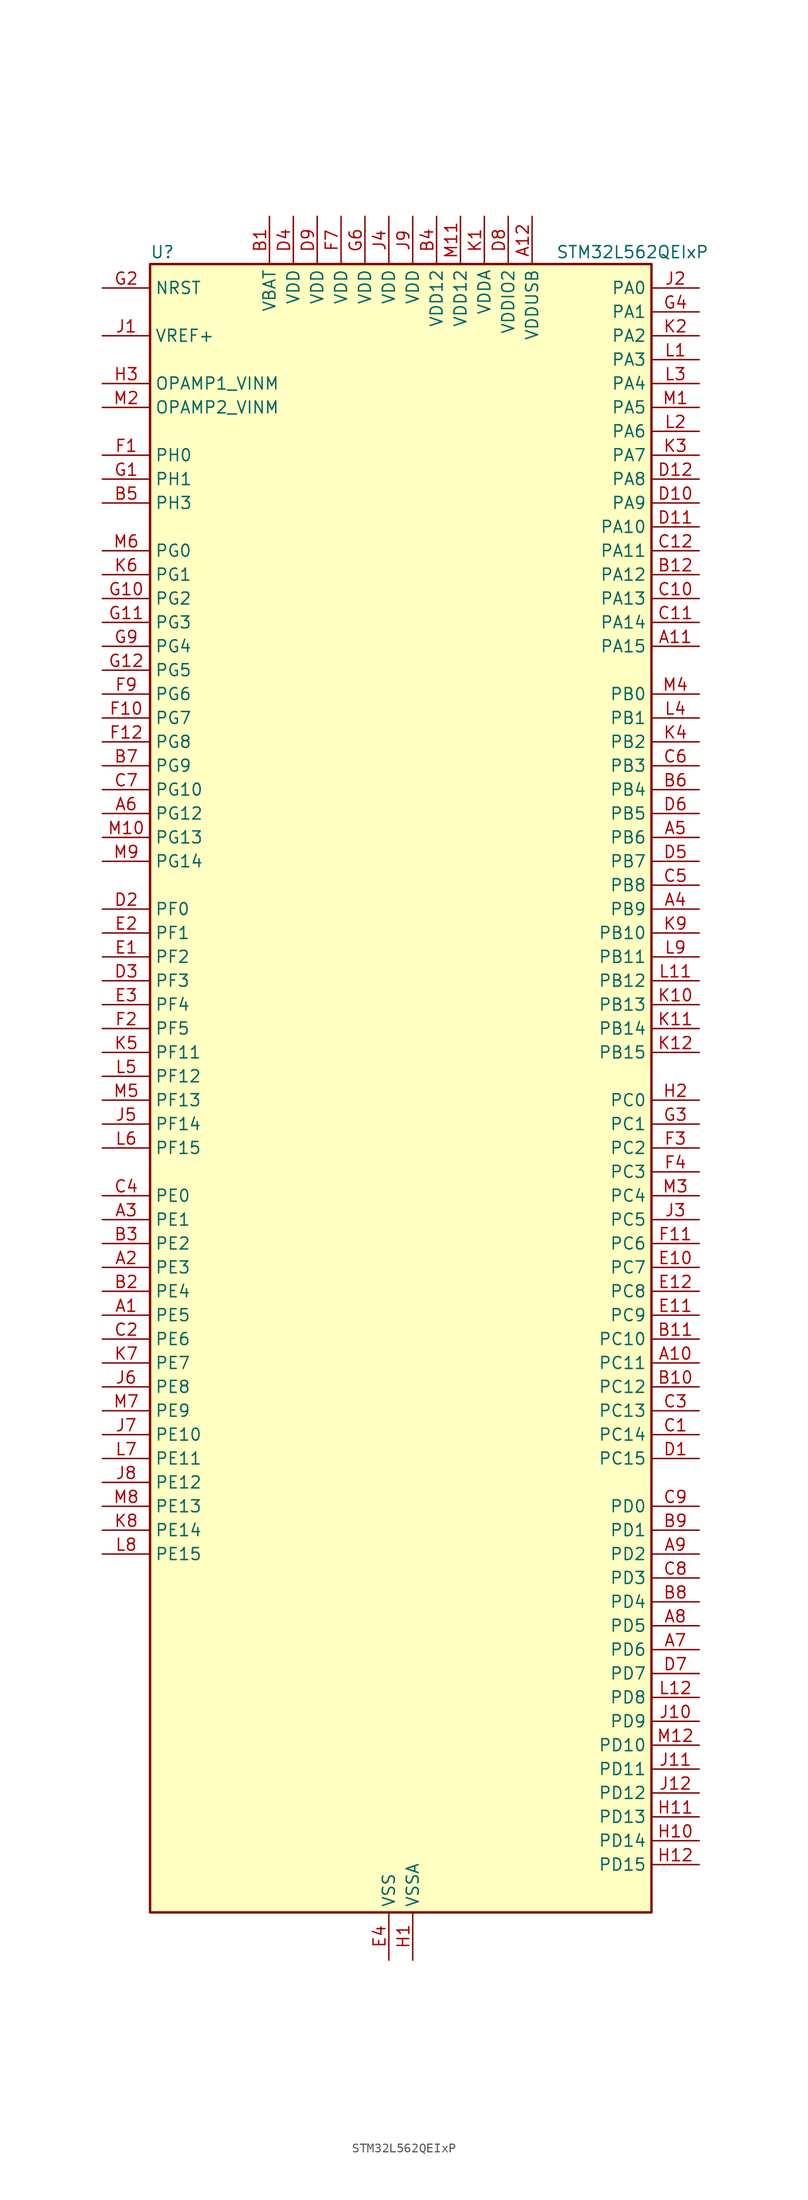
<source format=kicad_sym>
(kicad_symbol_lib
  (version 20231120)
  (generator "kicad_symbol_editor")
  (generator_version "8.0")
  (symbol "STM32L562QEIxP"
    (property "Reference" "U"
      (at -25.4 90.17 0)
      (effects (font (size 1.27 1.27)) (justify left)))
    (property "Value" "STM32L562QEIxP"
      (at 17.78 90.17 0)
      (effects (font (size 1.27 1.27)) (justify left)))
    (property "ki_locked" ""
      (at 0 0 0)
      (effects (font (size 1.27 1.27))))
    (symbol "STM32L562QEIxP_0_1"
      (rectangle (start -25.4 -86.36) (end 27.94 88.9) (stroke (width 0.254) (type default)) (fill (type background))))
    (symbol "STM32L562QEIxP_1_1"
      (pin bidirectional line (at -30.48 -22.86 0) (length 5.08) (name "PE5" (effects (font (size 1.27 1.27)))) (number "A1" (effects (font (size 1.27 1.27)))) (alternate "DEBUG_TRACED2" bidirectional line) (alternate "DFSDM1_CKIN3" bidirectional line) (alternate "FMC_A21" bidirectional line) (alternate "SAI1_CK2" bidirectional line) (alternate "SAI1_SCK_A" bidirectional line) (alternate "TIM3_CH3" bidirectional line) (alternate "TSC_G7_IO4" bidirectional line))
      (pin bidirectional line (at 33.02 -27.94 180) (length 5.08) (name "PC11" (effects (font (size 1.27 1.27)))) (number "A10" (effects (font (size 1.27 1.27)))) (alternate "ADC1_EXTI11" bidirectional line) (alternate "ADC2_EXTI11" bidirectional line) (alternate "LPTIM3_IN1" bidirectional line) (alternate "OCTOSPI1_NCS" bidirectional line) (alternate "SAI2_MCLK_B" bidirectional line) (alternate "SDMMC1_D3" bidirectional line) (alternate "SPI3_MISO" bidirectional line) (alternate "TSC_G3_IO3" bidirectional line) (alternate "UART4_RX" bidirectional line) (alternate "UCPD1_FRSTX2" bidirectional line) (alternate "USART3_RX" bidirectional line))
      (pin bidirectional line (at 33.02 48.26 180) (length 5.08) (name "PA15" (effects (font (size 1.27 1.27)))) (number "A11" (effects (font (size 1.27 1.27)))) (alternate "ADC1_EXTI15" bidirectional line) (alternate "ADC2_EXTI15" bidirectional line) (alternate "DEBUG_JTDI" bidirectional line) (alternate "SAI2_FS_B" bidirectional line) (alternate "SPI1_NSS" bidirectional line) (alternate "SPI3_NSS" bidirectional line) (alternate "TIM2_CH1" bidirectional line) (alternate "TIM2_ETR" bidirectional line) (alternate "UART4_DE" bidirectional line) (alternate "UART4_RTS" bidirectional line) (alternate "UCPD1_CC1" bidirectional line) (alternate "USART2_RX" bidirectional line) (alternate "USART3_DE" bidirectional line) (alternate "USART3_RTS" bidirectional line))
      (pin power_in line (at 15.24 93.98 270) (length 5.08) (name "VDDUSB" (effects (font (size 1.27 1.27)))) (number "A12" (effects (font (size 1.27 1.27)))))
      (pin bidirectional line (at -30.48 -17.78 0) (length 5.08) (name "PE3" (effects (font (size 1.27 1.27)))) (number "A2" (effects (font (size 1.27 1.27)))) (alternate "DEBUG_TRACED0" bidirectional line) (alternate "FMC_A19" bidirectional line) (alternate "OCTOSPI1_DQS" bidirectional line) (alternate "SAI1_SD_B" bidirectional line) (alternate "TIM3_CH1" bidirectional line) (alternate "TSC_G7_IO2" bidirectional line))
      (pin bidirectional line (at -30.48 -12.7 0) (length 5.08) (name "PE1" (effects (font (size 1.27 1.27)))) (number "A3" (effects (font (size 1.27 1.27)))) (alternate "FMC_NBL1" bidirectional line) (alternate "TIM17_CH1" bidirectional line))
      (pin bidirectional line (at 33.02 20.32 180) (length 5.08) (name "PB9" (effects (font (size 1.27 1.27)))) (number "A4" (effects (font (size 1.27 1.27)))) (alternate "DAC1_EXTI9" bidirectional line) (alternate "FDCAN1_TX" bidirectional line) (alternate "I2C1_SDA" bidirectional line) (alternate "IR_OUT" bidirectional line) (alternate "SAI1_D2" bidirectional line) (alternate "SAI1_FS_A" bidirectional line) (alternate "SDMMC1_CDIR" bidirectional line) (alternate "SDMMC1_D5" bidirectional line) (alternate "SPI2_NSS" bidirectional line) (alternate "TIM17_CH1" bidirectional line) (alternate "TIM4_CH4" bidirectional line))
      (pin bidirectional line (at 33.02 27.94 180) (length 5.08) (name "PB6" (effects (font (size 1.27 1.27)))) (number "A5" (effects (font (size 1.27 1.27)))) (alternate "COMP2_INP" bidirectional line) (alternate "I2C1_SCL" bidirectional line) (alternate "I2C4_SCL" bidirectional line) (alternate "LPTIM1_ETR" bidirectional line) (alternate "SAI1_FS_B" bidirectional line) (alternate "TIM16_CH1N" bidirectional line) (alternate "TIM4_CH1" bidirectional line) (alternate "TIM8_BKIN2" bidirectional line) (alternate "TSC_G2_IO3" bidirectional line) (alternate "USART1_TX" bidirectional line))
      (pin bidirectional line (at -30.48 30.48 0) (length 5.08) (name "PG12" (effects (font (size 1.27 1.27)))) (number "A6" (effects (font (size 1.27 1.27)))) (alternate "FMC_NE4" bidirectional line) (alternate "LPTIM1_ETR" bidirectional line) (alternate "SAI2_SD_A" bidirectional line) (alternate "SPI3_NSS" bidirectional line) (alternate "USART1_DE" bidirectional line) (alternate "USART1_RTS" bidirectional line))
      (pin bidirectional line (at 33.02 -58.42 180) (length 5.08) (name "PD6" (effects (font (size 1.27 1.27)))) (number "A7" (effects (font (size 1.27 1.27)))) (alternate "DFSDM1_DATIN1" bidirectional line) (alternate "FMC_NWAIT" bidirectional line) (alternate "OCTOSPI1_IO6" bidirectional line) (alternate "SAI1_D1" bidirectional line) (alternate "SAI1_SD_A" bidirectional line) (alternate "SPI3_MOSI" bidirectional line) (alternate "USART2_RX" bidirectional line))
      (pin bidirectional line (at 33.02 -55.88 180) (length 5.08) (name "PD5" (effects (font (size 1.27 1.27)))) (number "A8" (effects (font (size 1.27 1.27)))) (alternate "FMC_NWE" bidirectional line) (alternate "OCTOSPI1_IO5" bidirectional line) (alternate "USART2_TX" bidirectional line))
      (pin bidirectional line (at 33.02 -48.26 180) (length 5.08) (name "PD2" (effects (font (size 1.27 1.27)))) (number "A9" (effects (font (size 1.27 1.27)))) (alternate "DEBUG_TRACED2" bidirectional line) (alternate "SDMMC1_CMD" bidirectional line) (alternate "TIM3_ETR" bidirectional line) (alternate "TSC_SYNC" bidirectional line) (alternate "UART5_RX" bidirectional line) (alternate "USART3_DE" bidirectional line) (alternate "USART3_RTS" bidirectional line))
      (pin power_in line (at -12.7 93.98 270) (length 5.08) (name "VBAT" (effects (font (size 1.27 1.27)))) (number "B1" (effects (font (size 1.27 1.27)))))
      (pin bidirectional line (at 33.02 -30.48 180) (length 5.08) (name "PC12" (effects (font (size 1.27 1.27)))) (number "B10" (effects (font (size 1.27 1.27)))) (alternate "DEBUG_TRACED3" bidirectional line) (alternate "SAI2_SD_B" bidirectional line) (alternate "SDMMC1_CK" bidirectional line) (alternate "SPI3_MOSI" bidirectional line) (alternate "TSC_G3_IO4" bidirectional line) (alternate "UART5_TX" bidirectional line) (alternate "USART3_CK" bidirectional line))
      (pin bidirectional line (at 33.02 -25.4 180) (length 5.08) (name "PC10" (effects (font (size 1.27 1.27)))) (number "B11" (effects (font (size 1.27 1.27)))) (alternate "DEBUG_TRACED1" bidirectional line) (alternate "LPTIM3_ETR" bidirectional line) (alternate "SAI2_SCK_B" bidirectional line) (alternate "SDMMC1_D2" bidirectional line) (alternate "SPI3_SCK" bidirectional line) (alternate "TSC_G3_IO2" bidirectional line) (alternate "UART4_TX" bidirectional line) (alternate "USART3_TX" bidirectional line))
      (pin bidirectional line (at 33.02 55.88 180) (length 5.08) (name "PA12" (effects (font (size 1.27 1.27)))) (number "B12" (effects (font (size 1.27 1.27)))) (alternate "FDCAN1_TX" bidirectional line) (alternate "SPI1_MOSI" bidirectional line) (alternate "TIM1_ETR" bidirectional line) (alternate "USART1_DE" bidirectional line) (alternate "USART1_RTS" bidirectional line) (alternate "USB_DP" bidirectional line))
      (pin bidirectional line (at -30.48 -20.32 0) (length 5.08) (name "PE4" (effects (font (size 1.27 1.27)))) (number "B2" (effects (font (size 1.27 1.27)))) (alternate "DEBUG_TRACED1" bidirectional line) (alternate "DFSDM1_DATIN3" bidirectional line) (alternate "FMC_A20" bidirectional line) (alternate "SAI1_D2" bidirectional line) (alternate "SAI1_FS_A" bidirectional line) (alternate "TIM3_CH2" bidirectional line) (alternate "TSC_G7_IO3" bidirectional line))
      (pin bidirectional line (at -30.48 -15.24 0) (length 5.08) (name "PE2" (effects (font (size 1.27 1.27)))) (number "B3" (effects (font (size 1.27 1.27)))) (alternate "DEBUG_TRACECLK" bidirectional line) (alternate "FMC_A23" bidirectional line) (alternate "SAI1_CK1" bidirectional line) (alternate "SAI1_MCLK_A" bidirectional line) (alternate "TIM3_ETR" bidirectional line) (alternate "TSC_G7_IO1" bidirectional line))
      (pin power_in line (at 5.08 93.98 270) (length 5.08) (name "VDD12" (effects (font (size 1.27 1.27)))) (number "B4" (effects (font (size 1.27 1.27)))))
      (pin bidirectional line (at -30.48 63.5 0) (length 5.08) (name "PH3" (effects (font (size 1.27 1.27)))) (number "B5" (effects (font (size 1.27 1.27)))))
      (pin bidirectional line (at 33.02 33.02 180) (length 5.08) (name "PB4" (effects (font (size 1.27 1.27)))) (number "B6" (effects (font (size 1.27 1.27)))) (alternate "COMP2_INP" bidirectional line) (alternate "DEBUG_JTRST" bidirectional line) (alternate "I2C3_SDA" bidirectional line) (alternate "SAI1_MCLK_B" bidirectional line) (alternate "SPI1_MISO" bidirectional line) (alternate "SPI3_MISO" bidirectional line) (alternate "TIM17_BKIN" bidirectional line) (alternate "TIM3_CH1" bidirectional line) (alternate "TSC_G2_IO1" bidirectional line) (alternate "UART5_DE" bidirectional line) (alternate "UART5_RTS" bidirectional line) (alternate "USART1_CTS" bidirectional line) (alternate "USART1_NSS" bidirectional line))
      (pin bidirectional line (at -30.48 35.56 0) (length 5.08) (name "PG9" (effects (font (size 1.27 1.27)))) (number "B7" (effects (font (size 1.27 1.27)))) (alternate "DAC1_EXTI9" bidirectional line) (alternate "FMC_NCE" bidirectional line) (alternate "FMC_NE2" bidirectional line) (alternate "SAI2_SCK_A" bidirectional line) (alternate "SPI3_SCK" bidirectional line) (alternate "TIM15_CH1N" bidirectional line) (alternate "USART1_TX" bidirectional line))
      (pin bidirectional line (at 33.02 -53.34 180) (length 5.08) (name "PD4" (effects (font (size 1.27 1.27)))) (number "B8" (effects (font (size 1.27 1.27)))) (alternate "DFSDM1_CKIN0" bidirectional line) (alternate "FMC_NOE" bidirectional line) (alternate "OCTOSPI1_IO4" bidirectional line) (alternate "SPI2_MOSI" bidirectional line) (alternate "USART2_DE" bidirectional line) (alternate "USART2_RTS" bidirectional line))
      (pin bidirectional line (at 33.02 -45.72 180) (length 5.08) (name "PD1" (effects (font (size 1.27 1.27)))) (number "B9" (effects (font (size 1.27 1.27)))) (alternate "FDCAN1_TX" bidirectional line) (alternate "FMC_D3" bidirectional line) (alternate "FMC_DA3" bidirectional line) (alternate "SPI2_SCK" bidirectional line))
      (pin bidirectional line (at 33.02 -35.56 180) (length 5.08) (name "PC14" (effects (font (size 1.27 1.27)))) (number "C1" (effects (font (size 1.27 1.27)))) (alternate "RCC_OSC32_IN" bidirectional line))
      (pin bidirectional line (at 33.02 53.34 180) (length 5.08) (name "PA13" (effects (font (size 1.27 1.27)))) (number "C10" (effects (font (size 1.27 1.27)))) (alternate "DEBUG_JTMS-SWDIO" bidirectional line) (alternate "IR_OUT" bidirectional line) (alternate "SAI1_SD_B" bidirectional line) (alternate "USB_NOE" bidirectional line))
      (pin bidirectional line (at 33.02 50.8 180) (length 5.08) (name "PA14" (effects (font (size 1.27 1.27)))) (number "C11" (effects (font (size 1.27 1.27)))) (alternate "DEBUG_JTCK-SWCLK" bidirectional line) (alternate "I2C1_SMBA" bidirectional line) (alternate "I2C4_SMBA" bidirectional line) (alternate "LPTIM1_OUT" bidirectional line) (alternate "SAI1_FS_B" bidirectional line))
      (pin bidirectional line (at 33.02 58.42 180) (length 5.08) (name "PA11" (effects (font (size 1.27 1.27)))) (number "C12" (effects (font (size 1.27 1.27)))) (alternate "ADC1_EXTI11" bidirectional line) (alternate "ADC2_EXTI11" bidirectional line) (alternate "FDCAN1_RX" bidirectional line) (alternate "SPI1_MISO" bidirectional line) (alternate "TIM1_BKIN2" bidirectional line) (alternate "TIM1_CH4" bidirectional line) (alternate "USART1_CTS" bidirectional line) (alternate "USART1_NSS" bidirectional line) (alternate "USB_DM" bidirectional line))
      (pin bidirectional line (at -30.48 -25.4 0) (length 5.08) (name "PE6" (effects (font (size 1.27 1.27)))) (number "C2" (effects (font (size 1.27 1.27)))) (alternate "DEBUG_TRACED3" bidirectional line) (alternate "FMC_A22" bidirectional line) (alternate "PWR_WKUP3" bidirectional line) (alternate "SAI1_D1" bidirectional line) (alternate "SAI1_SD_A" bidirectional line) (alternate "TAMP_IN3" bidirectional line) (alternate "TAMP_OUT6" bidirectional line) (alternate "TIM3_CH4" bidirectional line))
      (pin bidirectional line (at 33.02 -33.02 180) (length 5.08) (name "PC13" (effects (font (size 1.27 1.27)))) (number "C3" (effects (font (size 1.27 1.27)))) (alternate "PWR_WKUP2" bidirectional line) (alternate "RTC_OUT1" bidirectional line) (alternate "RTC_TS" bidirectional line) (alternate "TAMP_IN1" bidirectional line) (alternate "TAMP_OUT2" bidirectional line))
      (pin bidirectional line (at -30.48 -10.16 0) (length 5.08) (name "PE0" (effects (font (size 1.27 1.27)))) (number "C4" (effects (font (size 1.27 1.27)))) (alternate "FMC_NBL0" bidirectional line) (alternate "TIM16_CH1" bidirectional line) (alternate "TIM4_ETR" bidirectional line))
      (pin bidirectional line (at 33.02 22.86 180) (length 5.08) (name "PB8" (effects (font (size 1.27 1.27)))) (number "C5" (effects (font (size 1.27 1.27)))) (alternate "DFSDM1_CKOUT" bidirectional line) (alternate "FDCAN1_RX" bidirectional line) (alternate "I2C1_SCL" bidirectional line) (alternate "SAI1_CK1" bidirectional line) (alternate "SAI1_MCLK_A" bidirectional line) (alternate "SDMMC1_CKIN" bidirectional line) (alternate "SDMMC1_D4" bidirectional line) (alternate "TIM16_CH1" bidirectional line) (alternate "TIM4_CH3" bidirectional line))
      (pin bidirectional line (at 33.02 35.56 180) (length 5.08) (name "PB3" (effects (font (size 1.27 1.27)))) (number "C6" (effects (font (size 1.27 1.27)))) (alternate "COMP2_INM" bidirectional line) (alternate "CRS_SYNC" bidirectional line) (alternate "DEBUG_JTDO-SWO" bidirectional line) (alternate "SAI1_SCK_B" bidirectional line) (alternate "SPI1_SCK" bidirectional line) (alternate "SPI3_SCK" bidirectional line) (alternate "TIM2_CH2" bidirectional line) (alternate "USART1_DE" bidirectional line) (alternate "USART1_RTS" bidirectional line))
      (pin bidirectional line (at -30.48 33.02 0) (length 5.08) (name "PG10" (effects (font (size 1.27 1.27)))) (number "C7" (effects (font (size 1.27 1.27)))) (alternate "FMC_NE3" bidirectional line) (alternate "LPTIM1_IN1" bidirectional line) (alternate "SAI2_FS_A" bidirectional line) (alternate "SPI3_MISO" bidirectional line) (alternate "TIM15_CH1" bidirectional line) (alternate "USART1_RX" bidirectional line))
      (pin bidirectional line (at 33.02 -50.8 180) (length 5.08) (name "PD3" (effects (font (size 1.27 1.27)))) (number "C8" (effects (font (size 1.27 1.27)))) (alternate "DFSDM1_DATIN0" bidirectional line) (alternate "FMC_CLK" bidirectional line) (alternate "SPI2_MISO" bidirectional line) (alternate "SPI2_SCK" bidirectional line) (alternate "USART2_CTS" bidirectional line) (alternate "USART2_NSS" bidirectional line))
      (pin bidirectional line (at 33.02 -43.18 180) (length 5.08) (name "PD0" (effects (font (size 1.27 1.27)))) (number "C9" (effects (font (size 1.27 1.27)))) (alternate "FDCAN1_RX" bidirectional line) (alternate "FMC_D2" bidirectional line) (alternate "FMC_DA2" bidirectional line) (alternate "SPI2_NSS" bidirectional line))
      (pin bidirectional line (at 33.02 -38.1 180) (length 5.08) (name "PC15" (effects (font (size 1.27 1.27)))) (number "D1" (effects (font (size 1.27 1.27)))) (alternate "ADC1_EXTI15" bidirectional line) (alternate "ADC2_EXTI15" bidirectional line) (alternate "RCC_OSC32_OUT" bidirectional line))
      (pin bidirectional line (at 33.02 63.5 180) (length 5.08) (name "PA9" (effects (font (size 1.27 1.27)))) (number "D10" (effects (font (size 1.27 1.27)))) (alternate "DAC1_EXTI9" bidirectional line) (alternate "SAI1_FS_A" bidirectional line) (alternate "SPI2_SCK" bidirectional line) (alternate "TIM15_BKIN" bidirectional line) (alternate "TIM1_CH2" bidirectional line) (alternate "USART1_TX" bidirectional line))
      (pin bidirectional line (at 33.02 60.96 180) (length 5.08) (name "PA10" (effects (font (size 1.27 1.27)))) (number "D11" (effects (font (size 1.27 1.27)))) (alternate "CRS_SYNC" bidirectional line) (alternate "SAI1_D1" bidirectional line) (alternate "SAI1_SD_A" bidirectional line) (alternate "TIM17_BKIN" bidirectional line) (alternate "TIM1_CH3" bidirectional line) (alternate "USART1_RX" bidirectional line))
      (pin bidirectional line (at 33.02 66.04 180) (length 5.08) (name "PA8" (effects (font (size 1.27 1.27)))) (number "D12" (effects (font (size 1.27 1.27)))) (alternate "LPTIM2_OUT" bidirectional line) (alternate "RCC_MCO" bidirectional line) (alternate "SAI1_CK2" bidirectional line) (alternate "SAI1_SCK_A" bidirectional line) (alternate "TIM1_CH1" bidirectional line) (alternate "USART1_CK" bidirectional line))
      (pin bidirectional line (at -30.48 20.32 0) (length 5.08) (name "PF0" (effects (font (size 1.27 1.27)))) (number "D2" (effects (font (size 1.27 1.27)))) (alternate "FMC_A0" bidirectional line) (alternate "I2C2_SDA" bidirectional line))
      (pin bidirectional line (at -30.48 12.7 0) (length 5.08) (name "PF3" (effects (font (size 1.27 1.27)))) (number "D3" (effects (font (size 1.27 1.27)))) (alternate "FMC_A3" bidirectional line) (alternate "LPTIM3_IN1" bidirectional line))
      (pin power_in line (at -10.16 93.98 270) (length 5.08) (name "VDD" (effects (font (size 1.27 1.27)))) (number "D4" (effects (font (size 1.27 1.27)))))
      (pin bidirectional line (at 33.02 25.4 180) (length 5.08) (name "PB7" (effects (font (size 1.27 1.27)))) (number "D5" (effects (font (size 1.27 1.27)))) (alternate "COMP2_INM" bidirectional line) (alternate "FMC_NL" bidirectional line) (alternate "I2C1_SDA" bidirectional line) (alternate "I2C4_SDA" bidirectional line) (alternate "LPTIM1_IN2" bidirectional line) (alternate "PWR_PVD_IN" bidirectional line) (alternate "TIM17_CH1N" bidirectional line) (alternate "TIM4_CH2" bidirectional line) (alternate "TIM8_BKIN" bidirectional line) (alternate "TSC_G2_IO4" bidirectional line) (alternate "UART4_CTS" bidirectional line) (alternate "USART1_RX" bidirectional line))
      (pin bidirectional line (at 33.02 30.48 180) (length 5.08) (name "PB5" (effects (font (size 1.27 1.27)))) (number "D6" (effects (font (size 1.27 1.27)))) (alternate "COMP2_OUT" bidirectional line) (alternate "I2C1_SMBA" bidirectional line) (alternate "LPTIM1_IN1" bidirectional line) (alternate "OCTOSPI1_NCLK" bidirectional line) (alternate "SAI1_SD_B" bidirectional line) (alternate "SPI1_MOSI" bidirectional line) (alternate "SPI3_MOSI" bidirectional line) (alternate "TIM16_BKIN" bidirectional line) (alternate "TIM3_CH2" bidirectional line) (alternate "TSC_G2_IO2" bidirectional line) (alternate "UART5_CTS" bidirectional line) (alternate "UCPD1_DBCC1" bidirectional line) (alternate "USART1_CK" bidirectional line))
      (pin bidirectional line (at 33.02 -60.96 180) (length 5.08) (name "PD7" (effects (font (size 1.27 1.27)))) (number "D7" (effects (font (size 1.27 1.27)))) (alternate "DFSDM1_CKIN1" bidirectional line) (alternate "FMC_NCE" bidirectional line) (alternate "FMC_NE1" bidirectional line) (alternate "OCTOSPI1_IO7" bidirectional line) (alternate "USART2_CK" bidirectional line))
      (pin power_in line (at 12.7 93.98 270) (length 5.08) (name "VDDIO2" (effects (font (size 1.27 1.27)))) (number "D8" (effects (font (size 1.27 1.27)))))
      (pin power_in line (at -7.62 93.98 270) (length 5.08) (name "VDD" (effects (font (size 1.27 1.27)))) (number "D9" (effects (font (size 1.27 1.27)))))
      (pin bidirectional line (at -30.48 15.24 0) (length 5.08) (name "PF2" (effects (font (size 1.27 1.27)))) (number "E1" (effects (font (size 1.27 1.27)))) (alternate "FMC_A2" bidirectional line) (alternate "I2C2_SMBA" bidirectional line))
      (pin bidirectional line (at 33.02 -17.78 180) (length 5.08) (name "PC7" (effects (font (size 1.27 1.27)))) (number "E10" (effects (font (size 1.27 1.27)))) (alternate "DFSDM1_DATIN3" bidirectional line) (alternate "SAI2_MCLK_B" bidirectional line) (alternate "SDMMC1_D123DIR" bidirectional line) (alternate "SDMMC1_D7" bidirectional line) (alternate "TIM3_CH2" bidirectional line) (alternate "TIM8_CH2" bidirectional line) (alternate "TSC_G4_IO2" bidirectional line))
      (pin bidirectional line (at 33.02 -22.86 180) (length 5.08) (name "PC9" (effects (font (size 1.27 1.27)))) (number "E11" (effects (font (size 1.27 1.27)))) (alternate "DAC1_EXTI9" bidirectional line) (alternate "DEBUG_TRACED0" bidirectional line) (alternate "SAI2_EXTCLK" bidirectional line) (alternate "SDMMC1_D1" bidirectional line) (alternate "TIM3_CH4" bidirectional line) (alternate "TIM8_BKIN2" bidirectional line) (alternate "TIM8_CH4" bidirectional line) (alternate "TSC_G4_IO4" bidirectional line) (alternate "USB_NOE" bidirectional line))
      (pin bidirectional line (at 33.02 -20.32 180) (length 5.08) (name "PC8" (effects (font (size 1.27 1.27)))) (number "E12" (effects (font (size 1.27 1.27)))) (alternate "SDMMC1_D0" bidirectional line) (alternate "TIM3_CH3" bidirectional line) (alternate "TIM8_CH3" bidirectional line) (alternate "TSC_G4_IO3" bidirectional line))
      (pin bidirectional line (at -30.48 17.78 0) (length 5.08) (name "PF1" (effects (font (size 1.27 1.27)))) (number "E2" (effects (font (size 1.27 1.27)))) (alternate "FMC_A1" bidirectional line) (alternate "I2C2_SCL" bidirectional line))
      (pin bidirectional line (at -30.48 10.16 0) (length 5.08) (name "PF4" (effects (font (size 1.27 1.27)))) (number "E3" (effects (font (size 1.27 1.27)))) (alternate "FMC_A4" bidirectional line) (alternate "LPTIM3_ETR" bidirectional line))
      (pin power_in line (at 0 -91.44 90) (length 5.08) (name "VSS" (effects (font (size 1.27 1.27)))) (number "E4" (effects (font (size 1.27 1.27)))))
      (pin passive line (at 0 -91.44 90) (length 5.08) hide (name "VSS" (effects (font (size 1.27 1.27)))) (number "E9" (effects (font (size 1.27 1.27)))))
      (pin bidirectional line (at -30.48 68.58 0) (length 5.08) (name "PH0" (effects (font (size 1.27 1.27)))) (number "F1" (effects (font (size 1.27 1.27)))) (alternate "RCC_OSC_IN" bidirectional line))
      (pin bidirectional line (at -30.48 40.64 0) (length 5.08) (name "PG7" (effects (font (size 1.27 1.27)))) (number "F10" (effects (font (size 1.27 1.27)))) (alternate "DFSDM1_CKOUT" bidirectional line) (alternate "FMC_INT" bidirectional line) (alternate "I2C3_SCL" bidirectional line) (alternate "LPUART1_TX" bidirectional line) (alternate "SAI1_CK1" bidirectional line) (alternate "SAI1_MCLK_A" bidirectional line) (alternate "UCPD1_FRSTX2" bidirectional line))
      (pin bidirectional line (at 33.02 -15.24 180) (length 5.08) (name "PC6" (effects (font (size 1.27 1.27)))) (number "F11" (effects (font (size 1.27 1.27)))) (alternate "DFSDM1_CKIN3" bidirectional line) (alternate "SAI2_MCLK_A" bidirectional line) (alternate "SDMMC1_D0DIR" bidirectional line) (alternate "SDMMC1_D6" bidirectional line) (alternate "TIM3_CH1" bidirectional line) (alternate "TIM8_CH1" bidirectional line) (alternate "TSC_G4_IO1" bidirectional line))
      (pin bidirectional line (at -30.48 38.1 0) (length 5.08) (name "PG8" (effects (font (size 1.27 1.27)))) (number "F12" (effects (font (size 1.27 1.27)))) (alternate "I2C3_SDA" bidirectional line) (alternate "LPUART1_RX" bidirectional line))
      (pin bidirectional line (at -30.48 7.62 0) (length 5.08) (name "PF5" (effects (font (size 1.27 1.27)))) (number "F2" (effects (font (size 1.27 1.27)))) (alternate "FMC_A5" bidirectional line) (alternate "LPTIM3_OUT" bidirectional line))
      (pin bidirectional line (at 33.02 -5.08 180) (length 5.08) (name "PC2" (effects (font (size 1.27 1.27)))) (number "F3" (effects (font (size 1.27 1.27)))) (alternate "ADC1_IN3" bidirectional line) (alternate "ADC2_IN3" bidirectional line) (alternate "DFSDM1_CKOUT" bidirectional line) (alternate "LPTIM1_IN2" bidirectional line) (alternate "OCTOSPI1_IO5" bidirectional line) (alternate "SPI2_MISO" bidirectional line))
      (pin bidirectional line (at 33.02 -7.62 180) (length 5.08) (name "PC3" (effects (font (size 1.27 1.27)))) (number "F4" (effects (font (size 1.27 1.27)))) (alternate "ADC1_IN4" bidirectional line) (alternate "ADC2_IN4" bidirectional line) (alternate "LPTIM1_ETR" bidirectional line) (alternate "LPTIM2_ETR" bidirectional line) (alternate "LPTIM3_OUT" bidirectional line) (alternate "OCTOSPI1_IO6" bidirectional line) (alternate "SAI1_D1" bidirectional line) (alternate "SAI1_SD_A" bidirectional line) (alternate "SPI2_MOSI" bidirectional line))
      (pin passive line (at 0 -91.44 90) (length 5.08) hide (name "VSS" (effects (font (size 1.27 1.27)))) (number "F6" (effects (font (size 1.27 1.27)))))
      (pin power_in line (at -5.08 93.98 270) (length 5.08) (name "VDD" (effects (font (size 1.27 1.27)))) (number "F7" (effects (font (size 1.27 1.27)))))
      (pin bidirectional line (at -30.48 43.18 0) (length 5.08) (name "PG6" (effects (font (size 1.27 1.27)))) (number "F9" (effects (font (size 1.27 1.27)))) (alternate "I2C3_SMBA" bidirectional line) (alternate "LPUART1_DE" bidirectional line) (alternate "LPUART1_RTS" bidirectional line) (alternate "OCTOSPI1_DQS" bidirectional line) (alternate "UCPD1_FRSTX1" bidirectional line))
      (pin bidirectional line (at -30.48 66.04 0) (length 5.08) (name "PH1" (effects (font (size 1.27 1.27)))) (number "G1" (effects (font (size 1.27 1.27)))) (alternate "RCC_OSC_OUT" bidirectional line))
      (pin bidirectional line (at -30.48 53.34 0) (length 5.08) (name "PG2" (effects (font (size 1.27 1.27)))) (number "G10" (effects (font (size 1.27 1.27)))) (alternate "FMC_A12" bidirectional line) (alternate "SAI2_SCK_B" bidirectional line) (alternate "SPI1_SCK" bidirectional line))
      (pin bidirectional line (at -30.48 50.8 0) (length 5.08) (name "PG3" (effects (font (size 1.27 1.27)))) (number "G11" (effects (font (size 1.27 1.27)))) (alternate "FMC_A13" bidirectional line) (alternate "SAI2_FS_B" bidirectional line) (alternate "SPI1_MISO" bidirectional line))
      (pin bidirectional line (at -30.48 45.72 0) (length 5.08) (name "PG5" (effects (font (size 1.27 1.27)))) (number "G12" (effects (font (size 1.27 1.27)))) (alternate "FMC_A15" bidirectional line) (alternate "LPUART1_CTS" bidirectional line) (alternate "SAI2_SD_B" bidirectional line) (alternate "SPI1_NSS" bidirectional line))
      (pin input line (at -30.48 86.36 0) (length 5.08) (name "NRST" (effects (font (size 1.27 1.27)))) (number "G2" (effects (font (size 1.27 1.27)))))
      (pin bidirectional line (at 33.02 -2.54 180) (length 5.08) (name "PC1" (effects (font (size 1.27 1.27)))) (number "G3" (effects (font (size 1.27 1.27)))) (alternate "ADC1_IN2" bidirectional line) (alternate "ADC2_IN2" bidirectional line) (alternate "DEBUG_TRACED0" bidirectional line) (alternate "I2C3_SDA" bidirectional line) (alternate "LPTIM1_OUT" bidirectional line) (alternate "LPUART1_TX" bidirectional line) (alternate "OCTOSPI1_IO4" bidirectional line) (alternate "SAI1_SD_A" bidirectional line) (alternate "SPI2_MOSI" bidirectional line))
      (pin bidirectional line (at 33.02 83.82 180) (length 5.08) (name "PA1" (effects (font (size 1.27 1.27)))) (number "G4" (effects (font (size 1.27 1.27)))) (alternate "ADC1_IN6" bidirectional line) (alternate "ADC2_IN6" bidirectional line) (alternate "I2C1_SMBA" bidirectional line) (alternate "OCTOSPI1_DQS" bidirectional line) (alternate "OPAMP1_VINM" bidirectional line) (alternate "SPI1_SCK" bidirectional line) (alternate "TAMP_IN5" bidirectional line) (alternate "TAMP_OUT4" bidirectional line) (alternate "TIM15_CH1N" bidirectional line) (alternate "TIM2_CH2" bidirectional line) (alternate "TIM5_CH2" bidirectional line) (alternate "UART4_RX" bidirectional line) (alternate "USART2_DE" bidirectional line) (alternate "USART2_RTS" bidirectional line))
      (pin power_in line (at -2.54 93.98 270) (length 5.08) (name "VDD" (effects (font (size 1.27 1.27)))) (number "G6" (effects (font (size 1.27 1.27)))))
      (pin passive line (at 0 -91.44 90) (length 5.08) hide (name "VSS" (effects (font (size 1.27 1.27)))) (number "G7" (effects (font (size 1.27 1.27)))))
      (pin bidirectional line (at -30.48 48.26 0) (length 5.08) (name "PG4" (effects (font (size 1.27 1.27)))) (number "G9" (effects (font (size 1.27 1.27)))) (alternate "FMC_A14" bidirectional line) (alternate "SAI2_MCLK_B" bidirectional line) (alternate "SPI1_MOSI" bidirectional line))
      (pin power_in line (at 2.54 -91.44 90) (length 5.08) (name "VSSA" (effects (font (size 1.27 1.27)))) (number "H1" (effects (font (size 1.27 1.27)))))
      (pin bidirectional line (at 33.02 -78.74 180) (length 5.08) (name "PD14" (effects (font (size 1.27 1.27)))) (number "H10" (effects (font (size 1.27 1.27)))) (alternate "FMC_D0" bidirectional line) (alternate "FMC_DA0" bidirectional line) (alternate "TIM4_CH3" bidirectional line))
      (pin bidirectional line (at 33.02 -76.2 180) (length 5.08) (name "PD13" (effects (font (size 1.27 1.27)))) (number "H11" (effects (font (size 1.27 1.27)))) (alternate "FMC_A18" bidirectional line) (alternate "I2C4_SDA" bidirectional line) (alternate "LPTIM2_OUT" bidirectional line) (alternate "TIM4_CH2" bidirectional line) (alternate "TSC_G6_IO4" bidirectional line))
      (pin bidirectional line (at 33.02 -81.28 180) (length 5.08) (name "PD15" (effects (font (size 1.27 1.27)))) (number "H12" (effects (font (size 1.27 1.27)))) (alternate "ADC1_EXTI15" bidirectional line) (alternate "ADC2_EXTI15" bidirectional line) (alternate "FMC_D1" bidirectional line) (alternate "FMC_DA1" bidirectional line) (alternate "TIM4_CH4" bidirectional line))
      (pin bidirectional line (at 33.02 0 180) (length 5.08) (name "PC0" (effects (font (size 1.27 1.27)))) (number "H2" (effects (font (size 1.27 1.27)))) (alternate "ADC1_IN1" bidirectional line) (alternate "ADC2_IN1" bidirectional line) (alternate "I2C3_SCL" bidirectional line) (alternate "LPTIM1_IN1" bidirectional line) (alternate "LPTIM2_IN1" bidirectional line) (alternate "LPUART1_RX" bidirectional line) (alternate "OCTOSPI1_IO7" bidirectional line) (alternate "SAI2_FS_A" bidirectional line) (alternate "SDMMC1_D5" bidirectional line))
      (pin bidirectional line (at -30.48 76.2 0) (length 5.08) (name "OPAMP1_VINM" (effects (font (size 1.27 1.27)))) (number "H3" (effects (font (size 1.27 1.27)))) (alternate "OPAMP1_VINM" bidirectional line))
      (pin passive line (at 0 -91.44 90) (length 5.08) hide (name "VSS" (effects (font (size 1.27 1.27)))) (number "H4" (effects (font (size 1.27 1.27)))))
      (pin passive line (at 0 -91.44 90) (length 5.08) hide (name "VSS" (effects (font (size 1.27 1.27)))) (number "H9" (effects (font (size 1.27 1.27)))))
      (pin input line (at -30.48 81.28 0) (length 5.08) (name "VREF+" (effects (font (size 1.27 1.27)))) (number "J1" (effects (font (size 1.27 1.27)))) (alternate "VREFBUF_OUT" bidirectional line))
      (pin bidirectional line (at 33.02 -66.04 180) (length 5.08) (name "PD9" (effects (font (size 1.27 1.27)))) (number "J10" (effects (font (size 1.27 1.27)))) (alternate "DAC1_EXTI9" bidirectional line) (alternate "FMC_D14" bidirectional line) (alternate "FMC_DA14" bidirectional line) (alternate "SAI2_MCLK_A" bidirectional line) (alternate "USART3_RX" bidirectional line))
      (pin bidirectional line (at 33.02 -71.12 180) (length 5.08) (name "PD11" (effects (font (size 1.27 1.27)))) (number "J11" (effects (font (size 1.27 1.27)))) (alternate "ADC1_EXTI11" bidirectional line) (alternate "ADC2_EXTI11" bidirectional line) (alternate "FMC_A16" bidirectional line) (alternate "FMC_CLE" bidirectional line) (alternate "I2C4_SMBA" bidirectional line) (alternate "LPTIM2_ETR" bidirectional line) (alternate "SAI2_SD_A" bidirectional line) (alternate "TSC_G6_IO2" bidirectional line) (alternate "USART3_CTS" bidirectional line) (alternate "USART3_NSS" bidirectional line))
      (pin bidirectional line (at 33.02 -73.66 180) (length 5.08) (name "PD12" (effects (font (size 1.27 1.27)))) (number "J12" (effects (font (size 1.27 1.27)))) (alternate "FMC_A17" bidirectional line) (alternate "FMC_ALE" bidirectional line) (alternate "I2C4_SCL" bidirectional line) (alternate "LPTIM2_IN1" bidirectional line) (alternate "SAI2_FS_A" bidirectional line) (alternate "TIM4_CH1" bidirectional line) (alternate "TSC_G6_IO3" bidirectional line) (alternate "USART3_DE" bidirectional line) (alternate "USART3_RTS" bidirectional line))
      (pin bidirectional line (at 33.02 86.36 180) (length 5.08) (name "PA0" (effects (font (size 1.27 1.27)))) (number "J2" (effects (font (size 1.27 1.27)))) (alternate "ADC1_IN5" bidirectional line) (alternate "ADC2_IN5" bidirectional line) (alternate "OPAMP1_VINP" bidirectional line) (alternate "PWR_WKUP1" bidirectional line) (alternate "SAI1_EXTCLK" bidirectional line) (alternate "TAMP_IN2" bidirectional line) (alternate "TAMP_OUT1" bidirectional line) (alternate "TIM2_CH1" bidirectional line) (alternate "TIM2_ETR" bidirectional line) (alternate "TIM5_CH1" bidirectional line) (alternate "TIM8_ETR" bidirectional line) (alternate "UART4_TX" bidirectional line) (alternate "USART2_CTS" bidirectional line) (alternate "USART2_NSS" bidirectional line))
      (pin bidirectional line (at 33.02 -12.7 180) (length 5.08) (name "PC5" (effects (font (size 1.27 1.27)))) (number "J3" (effects (font (size 1.27 1.27)))) (alternate "ADC1_IN14" bidirectional line) (alternate "ADC2_IN14" bidirectional line) (alternate "COMP1_INP" bidirectional line) (alternate "PWR_WKUP5" bidirectional line) (alternate "SAI1_D3" bidirectional line) (alternate "TAMP_IN4" bidirectional line) (alternate "TAMP_OUT5" bidirectional line) (alternate "USART3_RX" bidirectional line))
      (pin power_in line (at 0 93.98 270) (length 5.08) (name "VDD" (effects (font (size 1.27 1.27)))) (number "J4" (effects (font (size 1.27 1.27)))))
      (pin bidirectional line (at -30.48 -2.54 0) (length 5.08) (name "PF14" (effects (font (size 1.27 1.27)))) (number "J5" (effects (font (size 1.27 1.27)))) (alternate "FMC_A8" bidirectional line) (alternate "I2C4_SCL" bidirectional line) (alternate "TSC_G8_IO1" bidirectional line))
      (pin bidirectional line (at -30.48 -30.48 0) (length 5.08) (name "PE8" (effects (font (size 1.27 1.27)))) (number "J6" (effects (font (size 1.27 1.27)))) (alternate "DFSDM1_CKIN2" bidirectional line) (alternate "FMC_D5" bidirectional line) (alternate "FMC_DA5" bidirectional line) (alternate "SAI1_SCK_B" bidirectional line) (alternate "TIM1_CH1N" bidirectional line))
      (pin bidirectional line (at -30.48 -35.56 0) (length 5.08) (name "PE10" (effects (font (size 1.27 1.27)))) (number "J7" (effects (font (size 1.27 1.27)))) (alternate "FMC_D7" bidirectional line) (alternate "FMC_DA7" bidirectional line) (alternate "OCTOSPI1_CLK" bidirectional line) (alternate "SAI1_MCLK_B" bidirectional line) (alternate "TIM1_CH2N" bidirectional line) (alternate "TSC_G5_IO1" bidirectional line))
      (pin bidirectional line (at -30.48 -40.64 0) (length 5.08) (name "PE12" (effects (font (size 1.27 1.27)))) (number "J8" (effects (font (size 1.27 1.27)))) (alternate "FMC_D9" bidirectional line) (alternate "FMC_DA9" bidirectional line) (alternate "OCTOSPI1_IO0" bidirectional line) (alternate "SPI1_NSS" bidirectional line) (alternate "TIM1_CH3N" bidirectional line) (alternate "TSC_G5_IO3" bidirectional line))
      (pin power_in line (at 2.54 93.98 270) (length 5.08) (name "VDD" (effects (font (size 1.27 1.27)))) (number "J9" (effects (font (size 1.27 1.27)))))
      (pin power_in line (at 10.16 93.98 270) (length 5.08) (name "VDDA" (effects (font (size 1.27 1.27)))) (number "K1" (effects (font (size 1.27 1.27)))))
      (pin bidirectional line (at 33.02 10.16 180) (length 5.08) (name "PB13" (effects (font (size 1.27 1.27)))) (number "K10" (effects (font (size 1.27 1.27)))) (alternate "DFSDM1_CKIN1" bidirectional line) (alternate "I2C2_SCL" bidirectional line) (alternate "LPTIM3_IN1" bidirectional line) (alternate "LPUART1_CTS" bidirectional line) (alternate "SAI2_SCK_A" bidirectional line) (alternate "SPI2_SCK" bidirectional line) (alternate "TIM15_CH1N" bidirectional line) (alternate "TIM1_CH1N" bidirectional line) (alternate "TSC_G1_IO2" bidirectional line) (alternate "UCPD1_FRSTX2" bidirectional line) (alternate "USART3_CTS" bidirectional line) (alternate "USART3_NSS" bidirectional line))
      (pin bidirectional line (at 33.02 7.62 180) (length 5.08) (name "PB14" (effects (font (size 1.27 1.27)))) (number "K11" (effects (font (size 1.27 1.27)))) (alternate "DFSDM1_DATIN2" bidirectional line) (alternate "I2C2_SDA" bidirectional line) (alternate "LPTIM3_ETR" bidirectional line) (alternate "SAI2_MCLK_A" bidirectional line) (alternate "SPI2_MISO" bidirectional line) (alternate "TIM15_CH1" bidirectional line) (alternate "TIM1_CH2N" bidirectional line) (alternate "TIM8_CH2N" bidirectional line) (alternate "TSC_G1_IO3" bidirectional line) (alternate "UCPD1_DBCC2" bidirectional line) (alternate "USART3_DE" bidirectional line) (alternate "USART3_RTS" bidirectional line))
      (pin bidirectional line (at 33.02 5.08 180) (length 5.08) (name "PB15" (effects (font (size 1.27 1.27)))) (number "K12" (effects (font (size 1.27 1.27)))) (alternate "ADC1_EXTI15" bidirectional line) (alternate "ADC2_EXTI15" bidirectional line) (alternate "DFSDM1_CKIN2" bidirectional line) (alternate "RTC_REFIN" bidirectional line) (alternate "SAI2_SD_A" bidirectional line) (alternate "SPI2_MOSI" bidirectional line) (alternate "TIM15_CH2" bidirectional line) (alternate "TIM1_CH3N" bidirectional line) (alternate "TIM8_CH3N" bidirectional line) (alternate "UCPD1_CC2" bidirectional line))
      (pin bidirectional line (at 33.02 81.28 180) (length 5.08) (name "PA2" (effects (font (size 1.27 1.27)))) (number "K2" (effects (font (size 1.27 1.27)))) (alternate "ADC1_IN7" bidirectional line) (alternate "ADC2_IN7" bidirectional line) (alternate "COMP1_INP" bidirectional line) (alternate "LPUART1_TX" bidirectional line) (alternate "OCTOSPI1_NCS" bidirectional line) (alternate "PWR_WKUP4" bidirectional line) (alternate "RCC_LSCO" bidirectional line) (alternate "SAI2_EXTCLK" bidirectional line) (alternate "TIM15_CH1" bidirectional line) (alternate "TIM2_CH3" bidirectional line) (alternate "TIM5_CH3" bidirectional line) (alternate "UCPD1_FRSTX1" bidirectional line) (alternate "USART2_TX" bidirectional line))
      (pin bidirectional line (at 33.02 68.58 180) (length 5.08) (name "PA7" (effects (font (size 1.27 1.27)))) (number "K3" (effects (font (size 1.27 1.27)))) (alternate "ADC1_IN12" bidirectional line) (alternate "ADC2_IN12" bidirectional line) (alternate "I2C3_SCL" bidirectional line) (alternate "OCTOSPI1_IO2" bidirectional line) (alternate "OPAMP2_VINM" bidirectional line) (alternate "SPI1_MOSI" bidirectional line) (alternate "TIM17_CH1" bidirectional line) (alternate "TIM1_CH1N" bidirectional line) (alternate "TIM3_CH2" bidirectional line) (alternate "TIM8_CH1N" bidirectional line))
      (pin bidirectional line (at 33.02 38.1 180) (length 5.08) (name "PB2" (effects (font (size 1.27 1.27)))) (number "K4" (effects (font (size 1.27 1.27)))) (alternate "COMP1_INP" bidirectional line) (alternate "DFSDM1_CKIN0" bidirectional line) (alternate "I2C3_SMBA" bidirectional line) (alternate "LPTIM1_OUT" bidirectional line) (alternate "OCTOSPI1_DQS" bidirectional line) (alternate "RTC_OUT2" bidirectional line) (alternate "UCPD1_FRSTX1" bidirectional line))
      (pin bidirectional line (at -30.48 5.08 0) (length 5.08) (name "PF11" (effects (font (size 1.27 1.27)))) (number "K5" (effects (font (size 1.27 1.27)))) (alternate "ADC1_EXTI11" bidirectional line) (alternate "ADC2_EXTI11" bidirectional line) (alternate "OCTOSPI1_NCLK" bidirectional line))
      (pin bidirectional line (at -30.48 55.88 0) (length 5.08) (name "PG1" (effects (font (size 1.27 1.27)))) (number "K6" (effects (font (size 1.27 1.27)))) (alternate "FMC_A11" bidirectional line) (alternate "TSC_G8_IO4" bidirectional line))
      (pin bidirectional line (at -30.48 -27.94 0) (length 5.08) (name "PE7" (effects (font (size 1.27 1.27)))) (number "K7" (effects (font (size 1.27 1.27)))) (alternate "DFSDM1_DATIN2" bidirectional line) (alternate "FMC_D4" bidirectional line) (alternate "FMC_DA4" bidirectional line) (alternate "SAI1_SD_B" bidirectional line) (alternate "TIM1_ETR" bidirectional line))
      (pin bidirectional line (at -30.48 -45.72 0) (length 5.08) (name "PE14" (effects (font (size 1.27 1.27)))) (number "K8" (effects (font (size 1.27 1.27)))) (alternate "FMC_D11" bidirectional line) (alternate "FMC_DA11" bidirectional line) (alternate "OCTOSPI1_IO2" bidirectional line) (alternate "SPI1_MISO" bidirectional line) (alternate "TIM1_BKIN2" bidirectional line) (alternate "TIM1_CH4" bidirectional line))
      (pin bidirectional line (at 33.02 17.78 180) (length 5.08) (name "PB10" (effects (font (size 1.27 1.27)))) (number "K9" (effects (font (size 1.27 1.27)))) (alternate "COMP1_OUT" bidirectional line) (alternate "I2C2_SCL" bidirectional line) (alternate "I2C4_SCL" bidirectional line) (alternate "LPTIM3_OUT" bidirectional line) (alternate "LPUART1_RX" bidirectional line) (alternate "OCTOSPI1_CLK" bidirectional line) (alternate "SAI1_SCK_A" bidirectional line) (alternate "SPI2_SCK" bidirectional line) (alternate "TIM2_CH3" bidirectional line) (alternate "TSC_SYNC" bidirectional line) (alternate "USART3_TX" bidirectional line))
      (pin bidirectional line (at 33.02 78.74 180) (length 5.08) (name "PA3" (effects (font (size 1.27 1.27)))) (number "L1" (effects (font (size 1.27 1.27)))) (alternate "ADC1_IN8" bidirectional line) (alternate "ADC2_IN8" bidirectional line) (alternate "LPUART1_RX" bidirectional line) (alternate "OCTOSPI1_CLK" bidirectional line) (alternate "OPAMP1_VOUT" bidirectional line) (alternate "SAI1_CK1" bidirectional line) (alternate "SAI1_MCLK_A" bidirectional line) (alternate "TIM15_CH2" bidirectional line) (alternate "TIM2_CH4" bidirectional line) (alternate "TIM5_CH4" bidirectional line) (alternate "USART2_RX" bidirectional line))
      (pin passive line (at 0 -91.44 90) (length 5.08) hide (name "VSS" (effects (font (size 1.27 1.27)))) (number "L10" (effects (font (size 1.27 1.27)))))
      (pin bidirectional line (at 33.02 12.7 180) (length 5.08) (name "PB12" (effects (font (size 1.27 1.27)))) (number "L11" (effects (font (size 1.27 1.27)))) (alternate "DFSDM1_DATIN1" bidirectional line) (alternate "I2C2_SMBA" bidirectional line) (alternate "LPUART1_DE" bidirectional line) (alternate "LPUART1_RTS" bidirectional line) (alternate "OCTOSPI1_NCLK" bidirectional line) (alternate "SAI2_FS_A" bidirectional line) (alternate "SPI2_NSS" bidirectional line) (alternate "TIM15_BKIN" bidirectional line) (alternate "TIM1_BKIN" bidirectional line) (alternate "TSC_G1_IO1" bidirectional line) (alternate "USART3_CK" bidirectional line))
      (pin bidirectional line (at 33.02 -63.5 180) (length 5.08) (name "PD8" (effects (font (size 1.27 1.27)))) (number "L12" (effects (font (size 1.27 1.27)))) (alternate "FMC_D13" bidirectional line) (alternate "FMC_DA13" bidirectional line) (alternate "USART3_TX" bidirectional line))
      (pin bidirectional line (at 33.02 71.12 180) (length 5.08) (name "PA6" (effects (font (size 1.27 1.27)))) (number "L2" (effects (font (size 1.27 1.27)))) (alternate "ADC1_IN11" bidirectional line) (alternate "ADC2_IN11" bidirectional line) (alternate "LPUART1_CTS" bidirectional line) (alternate "OCTOSPI1_IO3" bidirectional line) (alternate "OPAMP2_VINP" bidirectional line) (alternate "SPI1_MISO" bidirectional line) (alternate "TIM16_CH1" bidirectional line) (alternate "TIM1_BKIN" bidirectional line) (alternate "TIM3_CH1" bidirectional line) (alternate "TIM8_BKIN" bidirectional line) (alternate "USART3_CTS" bidirectional line) (alternate "USART3_NSS" bidirectional line))
      (pin bidirectional line (at 33.02 76.2 180) (length 5.08) (name "PA4" (effects (font (size 1.27 1.27)))) (number "L3" (effects (font (size 1.27 1.27)))) (alternate "ADC1_IN9" bidirectional line) (alternate "ADC2_IN9" bidirectional line) (alternate "DAC1_OUT1" bidirectional line) (alternate "LPTIM2_OUT" bidirectional line) (alternate "OCTOSPI1_NCS" bidirectional line) (alternate "SAI1_FS_B" bidirectional line) (alternate "SPI1_NSS" bidirectional line) (alternate "SPI3_NSS" bidirectional line) (alternate "USART2_CK" bidirectional line))
      (pin bidirectional line (at 33.02 40.64 180) (length 5.08) (name "PB1" (effects (font (size 1.27 1.27)))) (number "L4" (effects (font (size 1.27 1.27)))) (alternate "ADC1_IN16" bidirectional line) (alternate "ADC2_IN16" bidirectional line) (alternate "COMP1_INM" bidirectional line) (alternate "DFSDM1_DATIN0" bidirectional line) (alternate "LPTIM2_IN1" bidirectional line) (alternate "LPUART1_DE" bidirectional line) (alternate "LPUART1_RTS" bidirectional line) (alternate "OCTOSPI1_IO0" bidirectional line) (alternate "TIM1_CH3N" bidirectional line) (alternate "TIM3_CH4" bidirectional line) (alternate "TIM8_CH3N" bidirectional line) (alternate "USART3_DE" bidirectional line) (alternate "USART3_RTS" bidirectional line))
      (pin bidirectional line (at -30.48 2.54 0) (length 5.08) (name "PF12" (effects (font (size 1.27 1.27)))) (number "L5" (effects (font (size 1.27 1.27)))) (alternate "FMC_A6" bidirectional line))
      (pin bidirectional line (at -30.48 -5.08 0) (length 5.08) (name "PF15" (effects (font (size 1.27 1.27)))) (number "L6" (effects (font (size 1.27 1.27)))) (alternate "ADC1_EXTI15" bidirectional line) (alternate "ADC2_EXTI15" bidirectional line) (alternate "FMC_A9" bidirectional line) (alternate "I2C4_SDA" bidirectional line) (alternate "TSC_G8_IO2" bidirectional line))
      (pin bidirectional line (at -30.48 -38.1 0) (length 5.08) (name "PE11" (effects (font (size 1.27 1.27)))) (number "L7" (effects (font (size 1.27 1.27)))) (alternate "ADC1_EXTI11" bidirectional line) (alternate "ADC2_EXTI11" bidirectional line) (alternate "FMC_D8" bidirectional line) (alternate "FMC_DA8" bidirectional line) (alternate "OCTOSPI1_NCS" bidirectional line) (alternate "TIM1_CH2" bidirectional line) (alternate "TSC_G5_IO2" bidirectional line))
      (pin bidirectional line (at -30.48 -48.26 0) (length 5.08) (name "PE15" (effects (font (size 1.27 1.27)))) (number "L8" (effects (font (size 1.27 1.27)))) (alternate "ADC1_EXTI15" bidirectional line) (alternate "ADC2_EXTI15" bidirectional line) (alternate "FMC_D12" bidirectional line) (alternate "FMC_DA12" bidirectional line) (alternate "OCTOSPI1_IO3" bidirectional line) (alternate "SPI1_MOSI" bidirectional line) (alternate "TIM1_BKIN" bidirectional line))
      (pin bidirectional line (at 33.02 15.24 180) (length 5.08) (name "PB11" (effects (font (size 1.27 1.27)))) (number "L9" (effects (font (size 1.27 1.27)))) (alternate "ADC1_EXTI11" bidirectional line) (alternate "ADC2_EXTI11" bidirectional line) (alternate "COMP2_OUT" bidirectional line) (alternate "I2C2_SDA" bidirectional line) (alternate "I2C4_SDA" bidirectional line) (alternate "LPUART1_TX" bidirectional line) (alternate "OCTOSPI1_NCS" bidirectional line) (alternate "TIM2_CH4" bidirectional line) (alternate "USART3_RX" bidirectional line))
      (pin bidirectional line (at 33.02 73.66 180) (length 5.08) (name "PA5" (effects (font (size 1.27 1.27)))) (number "M1" (effects (font (size 1.27 1.27)))) (alternate "ADC1_IN10" bidirectional line) (alternate "ADC2_IN10" bidirectional line) (alternate "DAC1_OUT2" bidirectional line) (alternate "LPTIM2_ETR" bidirectional line) (alternate "SPI1_SCK" bidirectional line) (alternate "TIM2_CH1" bidirectional line) (alternate "TIM2_ETR" bidirectional line) (alternate "TIM8_CH1N" bidirectional line))
      (pin bidirectional line (at -30.48 27.94 0) (length 5.08) (name "PG13" (effects (font (size 1.27 1.27)))) (number "M10" (effects (font (size 1.27 1.27)))) (alternate "FMC_A24" bidirectional line) (alternate "I2C1_SDA" bidirectional line) (alternate "USART1_CK" bidirectional line))
      (pin power_in line (at 7.62 93.98 270) (length 5.08) (name "VDD12" (effects (font (size 1.27 1.27)))) (number "M11" (effects (font (size 1.27 1.27)))))
      (pin bidirectional line (at 33.02 -68.58 180) (length 5.08) (name "PD10" (effects (font (size 1.27 1.27)))) (number "M12" (effects (font (size 1.27 1.27)))) (alternate "FMC_D15" bidirectional line) (alternate "FMC_DA15" bidirectional line) (alternate "SAI2_SCK_A" bidirectional line) (alternate "TSC_G6_IO1" bidirectional line) (alternate "USART3_CK" bidirectional line))
      (pin bidirectional line (at -30.48 73.66 0) (length 5.08) (name "OPAMP2_VINM" (effects (font (size 1.27 1.27)))) (number "M2" (effects (font (size 1.27 1.27)))) (alternate "OPAMP2_VINM" bidirectional line))
      (pin bidirectional line (at 33.02 -10.16 180) (length 5.08) (name "PC4" (effects (font (size 1.27 1.27)))) (number "M3" (effects (font (size 1.27 1.27)))) (alternate "ADC1_IN13" bidirectional line) (alternate "ADC2_IN13" bidirectional line) (alternate "COMP1_INM" bidirectional line) (alternate "OCTOSPI1_IO7" bidirectional line) (alternate "USART3_TX" bidirectional line))
      (pin bidirectional line (at 33.02 43.18 180) (length 5.08) (name "PB0" (effects (font (size 1.27 1.27)))) (number "M4" (effects (font (size 1.27 1.27)))) (alternate "ADC1_IN15" bidirectional line) (alternate "ADC2_IN15" bidirectional line) (alternate "COMP1_OUT" bidirectional line) (alternate "OCTOSPI1_IO1" bidirectional line) (alternate "OPAMP2_VOUT" bidirectional line) (alternate "SAI1_EXTCLK" bidirectional line) (alternate "SPI1_NSS" bidirectional line) (alternate "TIM1_CH2N" bidirectional line) (alternate "TIM3_CH3" bidirectional line) (alternate "TIM8_CH2N" bidirectional line) (alternate "USART3_CK" bidirectional line))
      (pin bidirectional line (at -30.48 0 0) (length 5.08) (name "PF13" (effects (font (size 1.27 1.27)))) (number "M5" (effects (font (size 1.27 1.27)))) (alternate "FMC_A7" bidirectional line) (alternate "I2C4_SMBA" bidirectional line))
      (pin bidirectional line (at -30.48 58.42 0) (length 5.08) (name "PG0" (effects (font (size 1.27 1.27)))) (number "M6" (effects (font (size 1.27 1.27)))) (alternate "FMC_A10" bidirectional line) (alternate "TSC_G8_IO3" bidirectional line))
      (pin bidirectional line (at -30.48 -33.02 0) (length 5.08) (name "PE9" (effects (font (size 1.27 1.27)))) (number "M7" (effects (font (size 1.27 1.27)))) (alternate "DAC1_EXTI9" bidirectional line) (alternate "DFSDM1_CKOUT" bidirectional line) (alternate "FMC_D6" bidirectional line) (alternate "FMC_DA6" bidirectional line) (alternate "OCTOSPI1_NCLK" bidirectional line) (alternate "SAI1_FS_B" bidirectional line) (alternate "TIM1_CH1" bidirectional line))
      (pin bidirectional line (at -30.48 -43.18 0) (length 5.08) (name "PE13" (effects (font (size 1.27 1.27)))) (number "M8" (effects (font (size 1.27 1.27)))) (alternate "FMC_D10" bidirectional line) (alternate "FMC_DA10" bidirectional line) (alternate "OCTOSPI1_IO1" bidirectional line) (alternate "SPI1_SCK" bidirectional line) (alternate "TIM1_CH3" bidirectional line) (alternate "TSC_G5_IO4" bidirectional line))
      (pin bidirectional line (at -30.48 25.4 0) (length 5.08) (name "PG14" (effects (font (size 1.27 1.27)))) (number "M9" (effects (font (size 1.27 1.27)))) (alternate "FMC_A25" bidirectional line) (alternate "I2C1_SCL" bidirectional line)))))
</source>
